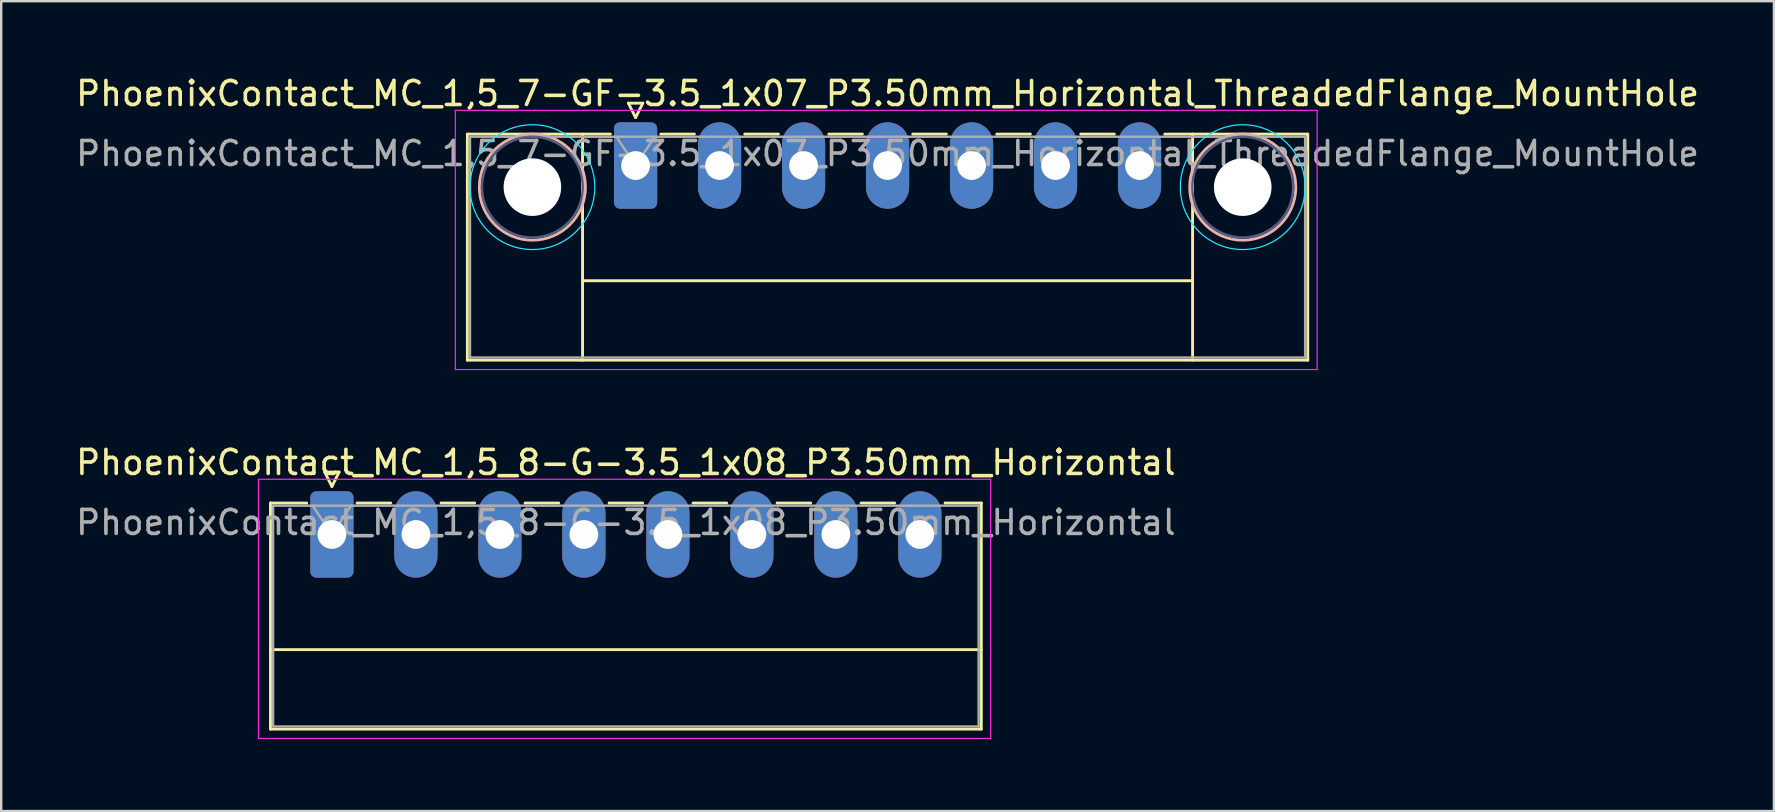
<source format=kicad_pcb>
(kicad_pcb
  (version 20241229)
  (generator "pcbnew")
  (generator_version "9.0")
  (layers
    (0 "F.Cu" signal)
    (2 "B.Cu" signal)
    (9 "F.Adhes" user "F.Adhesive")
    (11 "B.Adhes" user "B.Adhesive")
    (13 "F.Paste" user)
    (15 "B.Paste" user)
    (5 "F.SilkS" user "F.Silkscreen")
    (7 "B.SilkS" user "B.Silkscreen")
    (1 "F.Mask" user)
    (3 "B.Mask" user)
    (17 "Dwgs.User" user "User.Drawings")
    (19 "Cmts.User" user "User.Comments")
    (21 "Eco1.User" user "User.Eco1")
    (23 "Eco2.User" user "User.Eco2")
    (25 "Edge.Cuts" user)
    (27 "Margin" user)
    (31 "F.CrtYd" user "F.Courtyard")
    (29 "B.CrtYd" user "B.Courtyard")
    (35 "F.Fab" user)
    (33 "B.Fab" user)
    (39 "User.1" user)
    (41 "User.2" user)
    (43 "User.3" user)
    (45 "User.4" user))
  (footprint "PhoenixContact_MC_1,5_8-G-3.5_1x08_P3.50mm_Horizontal"
    (layer "F.Cu")
    (at 10.78 19.221)
    (property "Reference" "PhoenixContact_MC_1,5_8-G-3.5_1x08_P3.50mm_Horizontal" (at 12.25 -3 0) (layer "F.SilkS") (effects (font (size 1 1) (thickness 0.15))))
    (attr through_hole)
    (fp_line (start -2.56 -1.31) (end -2.56 8.11) (stroke (width 0.12) (type solid)) (layer "F.SilkS"))
    (fp_line (start -2.56 -1.31) (end -1.05 -1.31) (stroke (width 0.12) (type solid)) (layer "F.SilkS"))
    (fp_line (start -2.56 4.8) (end 27.06 4.8) (stroke (width 0.12) (type solid)) (layer "F.SilkS"))
    (fp_line (start -2.56 8.11) (end 27.06 8.11) (stroke (width 0.12) (type solid)) (layer "F.SilkS"))
    (fp_line (start -0.3 -2.6) (end 0.3 -2.6) (stroke (width 0.12) (type solid)) (layer "F.SilkS"))
    (fp_line (start 0 -2) (end -0.3 -2.6) (stroke (width 0.12) (type solid)) (layer "F.SilkS"))
    (fp_line (start 0.3 -2.6) (end 0 -2) (stroke (width 0.12) (type solid)) (layer "F.SilkS"))
    (fp_line (start 1.05 -1.31) (end 2.45 -1.31) (stroke (width 0.12) (type solid)) (layer "F.SilkS"))
    (fp_line (start 4.55 -1.31) (end 5.95 -1.31) (stroke (width 0.12) (type solid)) (layer "F.SilkS"))
    (fp_line (start 8.05 -1.31) (end 9.45 -1.31) (stroke (width 0.12) (type solid)) (layer "F.SilkS"))
    (fp_line (start 11.55 -1.31) (end 12.95 -1.31) (stroke (width 0.12) (type solid)) (layer "F.SilkS"))
    (fp_line (start 15.05 -1.31) (end 16.45 -1.31) (stroke (width 0.12) (type solid)) (layer "F.SilkS"))
    (fp_line (start 18.55 -1.31) (end 19.95 -1.31) (stroke (width 0.12) (type solid)) (layer "F.SilkS"))
    (fp_line (start 22.05 -1.31) (end 23.45 -1.31) (stroke (width 0.12) (type solid)) (layer "F.SilkS"))
    (fp_line (start 27.06 -1.31) (end 25.55 -1.31) (stroke (width 0.12) (type solid)) (layer "F.SilkS"))
    (fp_line (start 27.06 8.11) (end 27.06 -1.31) (stroke (width 0.12) (type solid)) (layer "F.SilkS"))
    (fp_line (start -3.06 -2.3) (end -3.06 8.5) (stroke (width 0.05) (type solid)) (layer "F.CrtYd"))
    (fp_line (start -3.06 8.5) (end 27.45 8.5) (stroke (width 0.05) (type solid)) (layer "F.CrtYd"))
    (fp_line (start 27.45 -2.3) (end -3.06 -2.3) (stroke (width 0.05) (type solid)) (layer "F.CrtYd"))
    (fp_line (start 27.45 8.5) (end 27.45 -2.3) (stroke (width 0.05) (type solid)) (layer "F.CrtYd"))
    (fp_line (start -2.45 -1.2) (end -2.45 8) (stroke (width 0.1) (type solid)) (layer "F.Fab"))
    (fp_line (start -2.45 8) (end 26.95 8) (stroke (width 0.1) (type solid)) (layer "F.Fab"))
    (fp_line (start 0 0) (end -0.8 -1.2) (stroke (width 0.1) (type solid)) (layer "F.Fab"))
    (fp_line (start 0.8 -1.2) (end 0 0) (stroke (width 0.1) (type solid)) (layer "F.Fab"))
    (fp_line (start 26.95 -1.2) (end -2.45 -1.2) (stroke (width 0.1) (type solid)) (layer "F.Fab"))
    (fp_line (start 26.95 8) (end 26.95 -1.2) (stroke (width 0.1) (type solid)) (layer "F.Fab"))
    (fp_text user "${REFERENCE}" (at 12.25 -0.5 0) (layer "F.Fab") (effects (font (size 1 1) (thickness 0.15))))
    (pad "1" thru_hole roundrect (at 0 0) (size 1.8 3.6) (drill 1.2) (layers "*.Cu" "*.Mask") (roundrect_rratio 0.139))
    (pad "2" thru_hole oval (at 3.5 0) (size 1.8 3.6) (drill 1.2) (layers "*.Cu" "*.Mask"))
    (pad "3" thru_hole oval (at 7 0) (size 1.8 3.6) (drill 1.2) (layers "*.Cu" "*.Mask"))
    (pad "4" thru_hole oval (at 10.5 0) (size 1.8 3.6) (drill 1.2) (layers "*.Cu" "*.Mask"))
    (pad "5" thru_hole oval (at 14 0) (size 1.8 3.6) (drill 1.2) (layers "*.Cu" "*.Mask"))
    (pad "6" thru_hole oval (at 17.5 0) (size 1.8 3.6) (drill 1.2) (layers "*.Cu" "*.Mask"))
    (pad "7" thru_hole oval (at 21 0) (size 1.8 3.6) (drill 1.2) (layers "*.Cu" "*.Mask"))
    (pad "8" thru_hole oval (at 24.5 0) (size 1.8 3.6) (drill 1.2) (layers "*.Cu" "*.Mask")))
  (footprint "PhoenixContact_MC_1,5_7-GF-3.5_1x07_P3.50mm_Horizontal_ThreadedFlange_MountHole"
    (layer "F.Cu")
    (at 23.435 3.848)
    (property "Reference" "PhoenixContact_MC_1,5_7-GF-3.5_1x07_P3.50mm_Horizontal_ThreadedFlange_MountHole" (at 10.5 -3 0) (layer "F.SilkS") (effects (font (size 1 1) (thickness 0.15))))
    (attr through_hole)
    (fp_line (start -7.01 -1.31) (end -7.01 8.11) (stroke (width 0.12) (type solid)) (layer "F.SilkS"))
    (fp_line (start -7.01 -1.31) (end -1.05 -1.31) (stroke (width 0.12) (type solid)) (layer "F.SilkS"))
    (fp_line (start -7.01 8.11) (end 28.01 8.11) (stroke (width 0.12) (type solid)) (layer "F.SilkS"))
    (fp_line (start -2.21 -1.31) (end -2.21 8.11) (stroke (width 0.12) (type solid)) (layer "F.SilkS"))
    (fp_line (start -2.21 4.8) (end 23.21 4.8) (stroke (width 0.12) (type solid)) (layer "F.SilkS"))
    (fp_line (start -0.3 -2.6) (end 0.3 -2.6) (stroke (width 0.12) (type solid)) (layer "F.SilkS"))
    (fp_line (start 0 -2) (end -0.3 -2.6) (stroke (width 0.12) (type solid)) (layer "F.SilkS"))
    (fp_line (start 0.3 -2.6) (end 0 -2) (stroke (width 0.12) (type solid)) (layer "F.SilkS"))
    (fp_line (start 1.05 -1.31) (end 2.45 -1.31) (stroke (width 0.12) (type solid)) (layer "F.SilkS"))
    (fp_line (start 4.55 -1.31) (end 5.95 -1.31) (stroke (width 0.12) (type solid)) (layer "F.SilkS"))
    (fp_line (start 8.05 -1.31) (end 9.45 -1.31) (stroke (width 0.12) (type solid)) (layer "F.SilkS"))
    (fp_line (start 11.55 -1.31) (end 12.95 -1.31) (stroke (width 0.12) (type solid)) (layer "F.SilkS"))
    (fp_line (start 15.05 -1.31) (end 16.45 -1.31) (stroke (width 0.12) (type solid)) (layer "F.SilkS"))
    (fp_line (start 18.55 -1.31) (end 19.95 -1.31) (stroke (width 0.12) (type solid)) (layer "F.SilkS"))
    (fp_line (start 23.21 -1.31) (end 23.21 8.11) (stroke (width 0.12) (type solid)) (layer "F.SilkS"))
    (fp_line (start 28.01 -1.31) (end 22.05 -1.31) (stroke (width 0.12) (type solid)) (layer "F.SilkS"))
    (fp_line (start 28.01 8.11) (end 28.01 -1.31) (stroke (width 0.12) (type solid)) (layer "F.SilkS"))
    (fp_circle (center -4.3 0.9) (end -2.09 0.9) (stroke (width 0.12) (type solid)) (fill no) (layer "B.SilkS"))
    (fp_circle (center 25.3 0.9) (end 27.51 0.9) (stroke (width 0.12) (type solid)) (fill no) (layer "B.SilkS"))
    (fp_circle (center -4.3 0.9) (end -1.7 0.9) (stroke (width 0.05) (type solid)) (fill no) (layer "B.CrtYd"))
    (fp_circle (center 25.3 0.9) (end 27.9 0.9) (stroke (width 0.05) (type solid)) (fill no) (layer "B.CrtYd"))
    (fp_line (start -7.51 -2.3) (end -7.51 8.5) (stroke (width 0.05) (type solid)) (layer "F.CrtYd"))
    (fp_line (start -7.51 8.5) (end 28.4 8.5) (stroke (width 0.05) (type solid)) (layer "F.CrtYd"))
    (fp_line (start 28.4 -2.3) (end -7.51 -2.3) (stroke (width 0.05) (type solid)) (layer "F.CrtYd"))
    (fp_line (start 28.4 8.5) (end 28.4 -2.3) (stroke (width 0.05) (type solid)) (layer "F.CrtYd"))
    (fp_circle (center -4.3 0.9) (end -2.2 0.9) (stroke (width 0.1) (type solid)) (fill no) (layer "B.Fab"))
    (fp_circle (center 25.3 0.9) (end 27.4 0.9) (stroke (width 0.1) (type solid)) (fill no) (layer "B.Fab"))
    (fp_line (start -6.9 -1.2) (end -6.9 8) (stroke (width 0.1) (type solid)) (layer "F.Fab"))
    (fp_line (start -6.9 8) (end 27.9 8) (stroke (width 0.1) (type solid)) (layer "F.Fab"))
    (fp_line (start 0 0) (end -0.8 -1.2) (stroke (width 0.1) (type solid)) (layer "F.Fab"))
    (fp_line (start 0.8 -1.2) (end 0 0) (stroke (width 0.1) (type solid)) (layer "F.Fab"))
    (fp_line (start 27.9 -1.2) (end -6.9 -1.2) (stroke (width 0.1) (type solid)) (layer "F.Fab"))
    (fp_line (start 27.9 8) (end 27.9 -1.2) (stroke (width 0.1) (type solid)) (layer "F.Fab"))
    (fp_text user "${REFERENCE}" (at 10.5 -0.5 0) (layer "F.Fab") (effects (font (size 1 1) (thickness 0.15))))
    (pad "" np_thru_hole circle (at -4.3 0.9) (size 2.4 2.4) (drill 2.4) (layers "*.Cu" "*.Mask"))
    (pad "" np_thru_hole circle (at 25.3 0.9) (size 2.4 2.4) (drill 2.4) (layers "*.Cu" "*.Mask"))
    (pad "1" thru_hole roundrect (at 0 0) (size 1.8 3.6) (drill 1.2) (layers "*.Cu" "*.Mask") (roundrect_rratio 0.139))
    (pad "2" thru_hole oval (at 3.5 0) (size 1.8 3.6) (drill 1.2) (layers "*.Cu" "*.Mask"))
    (pad "3" thru_hole oval (at 7 0) (size 1.8 3.6) (drill 1.2) (layers "*.Cu" "*.Mask"))
    (pad "4" thru_hole oval (at 10.5 0) (size 1.8 3.6) (drill 1.2) (layers "*.Cu" "*.Mask"))
    (pad "5" thru_hole oval (at 14 0) (size 1.8 3.6) (drill 1.2) (layers "*.Cu" "*.Mask"))
    (pad "6" thru_hole oval (at 17.5 0) (size 1.8 3.6) (drill 1.2) (layers "*.Cu" "*.Mask"))
    (pad "7" thru_hole oval (at 21 0) (size 1.8 3.6) (drill 1.2) (layers "*.Cu" "*.Mask")))
  (gr_rect
    (start -3 -3)
    (end 70.869 30.747)
    (stroke (width 0.1) (type default))
    (fill no)
    (layer "Edge.Cuts")))
</source>
